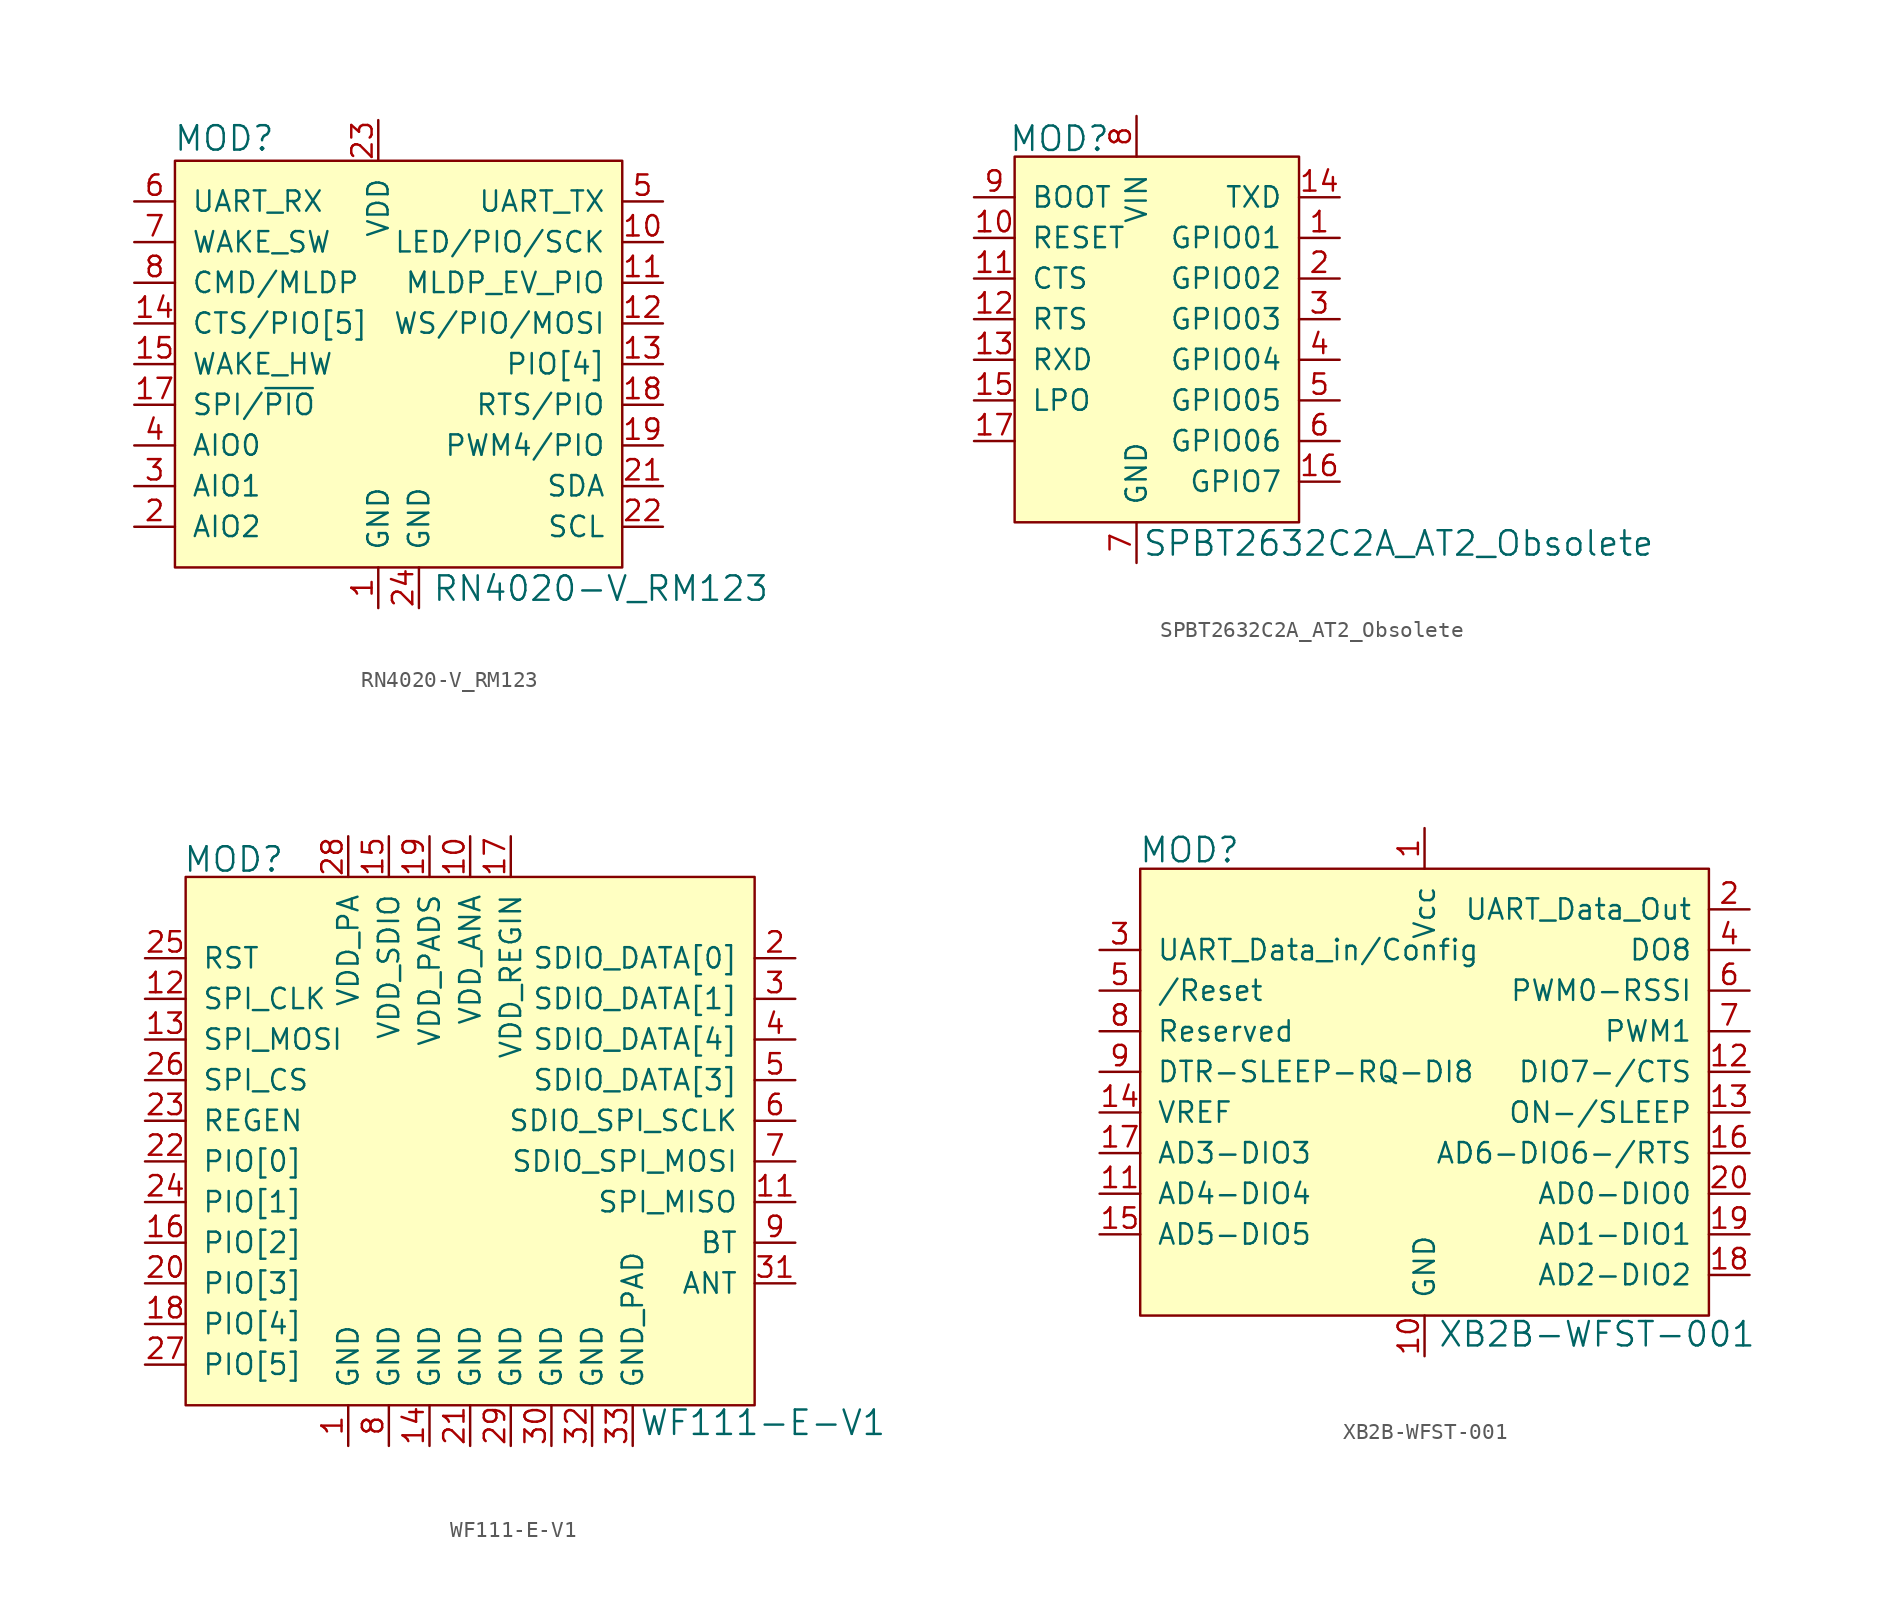
<source format=kicad_sym>
(kicad_symbol_lib
  (version 20201005)
  (generator kicad_symbol_editor)
  (symbol "RN4020-V_RM123"
    (pin_names
      (offset 1.016))
    (property "Reference" "MOD"
      (at -12.802 14.097 0)
      (effects (font (size 1.524 1.524)) (justify left)))
    (property "Value" "RN4020-V_RM123"
      (at 3.353 -14.021 0)
      (effects (font (size 1.524 1.524)) (justify left)))
    (symbol "RN4020-V_RM123_0_1"
      (rectangle (start -12.7 12.7) (end 15.24 -12.7) (stroke (width 0)) (fill (type background))))
    (symbol "RN4020-V_RM123_1_1"
      (pin power_in line (at 0 -15.24 90) (length 2.54) (name "GND" (effects (font (size 1.27 1.27)))) (number "1" (effects (font (size 1.27 1.27)))))
      (pin bidirectional line (at -15.24 -10.16 0) (length 2.54) (name "AIO2" (effects (font (size 1.27 1.27)))) (number "2" (effects (font (size 1.27 1.27)))))
      (pin bidirectional line (at -15.24 -7.62 0) (length 2.54) (name "AIO1" (effects (font (size 1.27 1.27)))) (number "3" (effects (font (size 1.27 1.27)))))
      (pin bidirectional line (at -15.24 -5.08 0) (length 2.54) (name "AIO0" (effects (font (size 1.27 1.27)))) (number "4" (effects (font (size 1.27 1.27)))))
      (pin output line (at 17.78 10.16 180) (length 2.54) (name "UART_TX" (effects (font (size 1.27 1.27)))) (number "5" (effects (font (size 1.27 1.27)))))
      (pin input line (at -15.24 10.16 0) (length 2.54) (name "UART_RX" (effects (font (size 1.27 1.27)))) (number "6" (effects (font (size 1.27 1.27)))))
      (pin input line (at -15.24 7.62 0) (length 2.54) (name "WAKE_SW" (effects (font (size 1.27 1.27)))) (number "7" (effects (font (size 1.27 1.27)))))
      (pin input line (at -15.24 5.08 0) (length 2.54) (name "CMD/MLDP" (effects (font (size 1.27 1.27)))) (number "8" (effects (font (size 1.27 1.27)))))
      (pin output line (at 17.78 7.62 180) (length 2.54) (name "LED/PIO/SCK" (effects (font (size 1.27 1.27)))) (number "10" (effects (font (size 1.27 1.27)))))
      (pin no_connect line (at -2.54 -12.7 90) (length 2.54) hide (name "RSVD" (effects (font (size 1.27 1.27)))) (number "20" (effects (font (size 1.27 1.27)))))
      (pin output line (at 17.78 5.08 180) (length 2.54) (name "MLDP_EV_PIO" (effects (font (size 1.27 1.27)))) (number "11" (effects (font (size 1.27 1.27)))))
      (pin bidirectional line (at 17.78 -7.62 180) (length 2.54) (name "SDA" (effects (font (size 1.27 1.27)))) (number "21" (effects (font (size 1.27 1.27)))))
      (pin output line (at 17.78 2.54 180) (length 2.54) (name "WS/PIO/MOSI" (effects (font (size 1.27 1.27)))) (number "12" (effects (font (size 1.27 1.27)))))
      (pin bidirectional line (at 17.78 -10.16 180) (length 2.54) (name "SCL" (effects (font (size 1.27 1.27)))) (number "22" (effects (font (size 1.27 1.27)))))
      (pin bidirectional line (at 17.78 0 180) (length 2.54) (name "PIO[4]" (effects (font (size 1.27 1.27)))) (number "13" (effects (font (size 1.27 1.27)))))
      (pin power_in line (at 0 15.24 270) (length 2.54) (name "VDD" (effects (font (size 1.27 1.27)))) (number "23" (effects (font (size 1.27 1.27)))))
      (pin input line (at -15.24 2.54 0) (length 2.54) (name "CTS/PIO[5]" (effects (font (size 1.27 1.27)))) (number "14" (effects (font (size 1.27 1.27)))))
      (pin power_in line (at 2.54 -15.24 90) (length 2.54) (name "GND" (effects (font (size 1.27 1.27)))) (number "24" (effects (font (size 1.27 1.27)))))
      (pin input line (at -15.24 0 0) (length 2.54) (name "WAKE_HW" (effects (font (size 1.27 1.27)))) (number "15" (effects (font (size 1.27 1.27)))))
      (pin input line (at -15.24 -2.54 0) (length 2.54) (name "SPI/~PIO" (effects (font (size 1.27 1.27)))) (number "17" (effects (font (size 1.27 1.27)))))
      (pin output line (at 17.78 -2.54 180) (length 2.54) (name "RTS/PIO" (effects (font (size 1.27 1.27)))) (number "18" (effects (font (size 1.27 1.27)))))
      (pin bidirectional line (at 17.78 -5.08 180) (length 2.54) (name "PWM4/PIO" (effects (font (size 1.27 1.27)))) (number "19" (effects (font (size 1.27 1.27)))))))
  (symbol "SPBT2632C2A_AT2_Obsolete"
    (pin_names
      (offset 1.016))
    (property "Reference" "MOD"
      (at -8.001 13.818 0)
      (effects (font (size 1.524 1.524)) (justify left)))
    (property "Value" "SPBT2632C2A_AT2_Obsolete"
      (at 0.356 -11.481 0)
      (effects (font (size 1.524 1.524)) (justify left)))
    (symbol "SPBT2632C2A_AT2_Obsolete_0_1"
      (rectangle (start -7.62 12.7) (end 10.16 -10.16) (stroke (width 0)) (fill (type background))))
    (symbol "SPBT2632C2A_AT2_Obsolete_1_1"
      (pin bidirectional line (at 12.7 7.62 180) (length 2.54) (name "GPIO01" (effects (font (size 1.27 1.27)))) (number "1" (effects (font (size 1.27 1.27)))))
      (pin bidirectional line (at 12.7 5.08 180) (length 2.54) (name "GPIO02" (effects (font (size 1.27 1.27)))) (number "2" (effects (font (size 1.27 1.27)))))
      (pin bidirectional line (at 12.7 2.54 180) (length 2.54) (name "GPIO03" (effects (font (size 1.27 1.27)))) (number "3" (effects (font (size 1.27 1.27)))))
      (pin bidirectional line (at 12.7 0 180) (length 2.54) (name "GPIO04" (effects (font (size 1.27 1.27)))) (number "4" (effects (font (size 1.27 1.27)))))
      (pin bidirectional line (at 12.7 -2.54 180) (length 2.54) (name "GPIO05" (effects (font (size 1.27 1.27)))) (number "5" (effects (font (size 1.27 1.27)))))
      (pin bidirectional line (at 12.7 -5.08 180) (length 2.54) (name "GPIO06" (effects (font (size 1.27 1.27)))) (number "6" (effects (font (size 1.27 1.27)))))
      (pin power_in line (at 0 -12.7 90) (length 2.54) (name "GND" (effects (font (size 1.27 1.27)))) (number "7" (effects (font (size 1.27 1.27)))))
      (pin power_in line (at 0 15.24 270) (length 2.54) (name "VIN" (effects (font (size 1.27 1.27)))) (number "8" (effects (font (size 1.27 1.27)))))
      (pin input line (at -10.16 10.16 0) (length 2.54) (name "BOOT" (effects (font (size 1.27 1.27)))) (number "9" (effects (font (size 1.27 1.27)))))
      (pin input line (at -10.16 7.62 0) (length 2.54) (name "RESET" (effects (font (size 1.27 1.27)))) (number "10" (effects (font (size 1.27 1.27)))))
      (pin input line (at -10.16 5.08 0) (length 2.54) (name "CTS" (effects (font (size 1.27 1.27)))) (number "11" (effects (font (size 1.27 1.27)))))
      (pin input line (at -10.16 2.54 0) (length 2.54) (name "RTS" (effects (font (size 1.27 1.27)))) (number "12" (effects (font (size 1.27 1.27)))))
      (pin input line (at -10.16 0 0) (length 2.54) (name "RXD" (effects (font (size 1.27 1.27)))) (number "13" (effects (font (size 1.27 1.27)))))
      (pin output line (at 12.7 10.16 180) (length 2.54) (name "TXD" (effects (font (size 1.27 1.27)))) (number "14" (effects (font (size 1.27 1.27)))))
      (pin bidirectional line (at -10.16 -2.54 0) (length 2.54) (name "LPO" (effects (font (size 1.27 1.27)))) (number "15" (effects (font (size 1.27 1.27)))))
      (pin bidirectional line (at 12.7 -7.62 180) (length 2.54) (name "GPIO7" (effects (font (size 1.27 1.27)))) (number "16" (effects (font (size 1.27 1.27)))))
      (pin unspecified line (at -10.16 -5.08 0) (length 2.54) (name "~" (effects (font (size 1.27 1.27)))) (number "17" (effects (font (size 1.27 1.27)))))))
  (symbol "WF111-E-V1"
    (pin_names
      (offset 1.016))
    (property "Reference" "MOD"
      (at -17.958 23.952 0)
      (effects (font (size 1.524 1.524)) (justify left)))
    (property "Value" "WF111-E-V1"
      (at 10.541 -11.252 0)
      (effects (font (size 1.524 1.524)) (justify left)))
    (symbol "WF111-E-V1_0_1"
      (rectangle (start -17.78 22.86) (end 17.78 -10.16) (stroke (width 0)) (fill (type background))))
    (symbol "WF111-E-V1_1_1"
      (pin power_in line (at -7.62 -12.7 90) (length 2.54) (name "GND" (effects (font (size 1.27 1.27)))) (number "1" (effects (font (size 1.27 1.27)))))
      (pin bidirectional line (at 20.32 17.78 180) (length 2.54) (name "SDIO_DATA[0]" (effects (font (size 1.27 1.27)))) (number "2" (effects (font (size 1.27 1.27)))))
      (pin bidirectional line (at 20.32 15.24 180) (length 2.54) (name "SDIO_DATA[1]" (effects (font (size 1.27 1.27)))) (number "3" (effects (font (size 1.27 1.27)))))
      (pin bidirectional line (at 20.32 12.7 180) (length 2.54) (name "SDIO_DATA[4]" (effects (font (size 1.27 1.27)))) (number "4" (effects (font (size 1.27 1.27)))))
      (pin bidirectional line (at 20.32 10.16 180) (length 2.54) (name "SDIO_DATA[3]" (effects (font (size 1.27 1.27)))) (number "5" (effects (font (size 1.27 1.27)))))
      (pin input line (at 20.32 7.62 180) (length 2.54) (name "SDIO_SPI_SCLK" (effects (font (size 1.27 1.27)))) (number "6" (effects (font (size 1.27 1.27)))))
      (pin input line (at 20.32 5.08 180) (length 2.54) (name "SDIO_SPI_MOSI" (effects (font (size 1.27 1.27)))) (number "7" (effects (font (size 1.27 1.27)))))
      (pin power_in line (at -5.08 -12.7 90) (length 2.54) (name "GND" (effects (font (size 1.27 1.27)))) (number "8" (effects (font (size 1.27 1.27)))))
      (pin input line (at 20.32 0 180) (length 2.54) (name "BT" (effects (font (size 1.27 1.27)))) (number "9" (effects (font (size 1.27 1.27)))))
      (pin power_in line (at 0 25.4 270) (length 2.54) (name "VDD_ANA" (effects (font (size 1.27 1.27)))) (number "10" (effects (font (size 1.27 1.27)))))
      (pin bidirectional line (at -20.32 -2.54 0) (length 2.54) (name "PIO[3]" (effects (font (size 1.27 1.27)))) (number "20" (effects (font (size 1.27 1.27)))))
      (pin power_in line (at 5.08 -12.7 90) (length 2.54) (name "GND" (effects (font (size 1.27 1.27)))) (number "30" (effects (font (size 1.27 1.27)))))
      (pin tri_state line (at 20.32 2.54 180) (length 2.54) (name "SPI_MISO" (effects (font (size 1.27 1.27)))) (number "11" (effects (font (size 1.27 1.27)))))
      (pin power_in line (at 0 -12.7 90) (length 2.54) (name "GND" (effects (font (size 1.27 1.27)))) (number "21" (effects (font (size 1.27 1.27)))))
      (pin output line (at 20.32 -2.54 180) (length 2.54) (name "ANT" (effects (font (size 1.27 1.27)))) (number "31" (effects (font (size 1.27 1.27)))))
      (pin input line (at -20.32 15.24 0) (length 2.54) (name "SPI_CLK" (effects (font (size 1.27 1.27)))) (number "12" (effects (font (size 1.27 1.27)))))
      (pin bidirectional line (at -20.32 5.08 0) (length 2.54) (name "PIO[0]" (effects (font (size 1.27 1.27)))) (number "22" (effects (font (size 1.27 1.27)))))
      (pin power_in line (at 7.62 -12.7 90) (length 2.54) (name "GND" (effects (font (size 1.27 1.27)))) (number "32" (effects (font (size 1.27 1.27)))))
      (pin input line (at -20.32 12.7 0) (length 2.54) (name "SPI_MOSI" (effects (font (size 1.27 1.27)))) (number "13" (effects (font (size 1.27 1.27)))))
      (pin input line (at -20.32 7.62 0) (length 2.54) (name "REGEN" (effects (font (size 1.27 1.27)))) (number "23" (effects (font (size 1.27 1.27)))))
      (pin power_in line (at 10.16 -12.7 90) (length 2.54) (name "GND_PAD" (effects (font (size 1.27 1.27)))) (number "33" (effects (font (size 1.27 1.27)))))
      (pin power_in line (at -2.54 -12.7 90) (length 2.54) (name "GND" (effects (font (size 1.27 1.27)))) (number "14" (effects (font (size 1.27 1.27)))))
      (pin bidirectional line (at -20.32 2.54 0) (length 2.54) (name "PIO[1]" (effects (font (size 1.27 1.27)))) (number "24" (effects (font (size 1.27 1.27)))))
      (pin power_in line (at -5.08 25.4 270) (length 2.54) (name "VDD_SDIO" (effects (font (size 1.27 1.27)))) (number "15" (effects (font (size 1.27 1.27)))))
      (pin input line (at -20.32 17.78 0) (length 2.54) (name "RST" (effects (font (size 1.27 1.27)))) (number "25" (effects (font (size 1.27 1.27)))))
      (pin bidirectional line (at -20.32 0 0) (length 2.54) (name "PIO[2]" (effects (font (size 1.27 1.27)))) (number "16" (effects (font (size 1.27 1.27)))))
      (pin input line (at -20.32 10.16 0) (length 2.54) (name "SPI_CS" (effects (font (size 1.27 1.27)))) (number "26" (effects (font (size 1.27 1.27)))))
      (pin power_in line (at 2.54 25.4 270) (length 2.54) (name "VDD_REGIN" (effects (font (size 1.27 1.27)))) (number "17" (effects (font (size 1.27 1.27)))))
      (pin bidirectional line (at -20.32 -7.62 0) (length 2.54) (name "PIO[5]" (effects (font (size 1.27 1.27)))) (number "27" (effects (font (size 1.27 1.27)))))
      (pin bidirectional line (at -20.32 -5.08 0) (length 2.54) (name "PIO[4]" (effects (font (size 1.27 1.27)))) (number "18" (effects (font (size 1.27 1.27)))))
      (pin power_in line (at -7.62 25.4 270) (length 2.54) (name "VDD_PA" (effects (font (size 1.27 1.27)))) (number "28" (effects (font (size 1.27 1.27)))))
      (pin power_in line (at -2.54 25.4 270) (length 2.54) (name "VDD_PADS" (effects (font (size 1.27 1.27)))) (number "19" (effects (font (size 1.27 1.27)))))
      (pin power_in line (at 2.54 -12.7 90) (length 2.54) (name "GND" (effects (font (size 1.27 1.27)))) (number "29" (effects (font (size 1.27 1.27)))))))
  (symbol "XB2B-WFST-001"
    (pin_names
      (offset 1.016))
    (property "Reference" "MOD"
      (at -17.882 18.948 0)
      (effects (font (size 1.524 1.524)) (justify left)))
    (property "Value" "XB2B-WFST-001"
      (at 0.813 -11.328 0)
      (effects (font (size 1.524 1.524)) (justify left)))
    (symbol "XB2B-WFST-001_0_1"
      (rectangle (start -17.78 17.78) (end 17.78 -10.16) (stroke (width 0)) (fill (type background))))
    (symbol "XB2B-WFST-001_1_1"
      (pin power_in line (at 0 20.32 270) (length 2.54) (name "Vcc" (effects (font (size 1.27 1.27)))) (number "1" (effects (font (size 1.27 1.27)))))
      (pin output line (at 20.32 15.24 180) (length 2.54) (name "UART_Data_Out" (effects (font (size 1.27 1.27)))) (number "2" (effects (font (size 1.27 1.27)))))
      (pin input line (at -20.32 12.7 0) (length 2.54) (name "UART_Data_in/Config" (effects (font (size 1.27 1.27)))) (number "3" (effects (font (size 1.27 1.27)))))
      (pin output line (at 20.32 12.7 180) (length 2.54) (name "DO8" (effects (font (size 1.27 1.27)))) (number "4" (effects (font (size 1.27 1.27)))))
      (pin input line (at -20.32 10.16 0) (length 2.54) (name "/Reset" (effects (font (size 1.27 1.27)))) (number "5" (effects (font (size 1.27 1.27)))))
      (pin output line (at 20.32 10.16 180) (length 2.54) (name "PWM0-RSSI" (effects (font (size 1.27 1.27)))) (number "6" (effects (font (size 1.27 1.27)))))
      (pin output line (at 20.32 7.62 180) (length 2.54) (name "PWM1" (effects (font (size 1.27 1.27)))) (number "7" (effects (font (size 1.27 1.27)))))
      (pin bidirectional line (at -20.32 7.62 0) (length 2.54) (name "Reserved" (effects (font (size 1.27 1.27)))) (number "8" (effects (font (size 1.27 1.27)))))
      (pin input line (at -20.32 5.08 0) (length 2.54) (name "DTR-SLEEP-RQ-DI8" (effects (font (size 1.27 1.27)))) (number "9" (effects (font (size 1.27 1.27)))))
      (pin power_in line (at 0 -12.7 90) (length 2.54) (name "GND" (effects (font (size 1.27 1.27)))) (number "10" (effects (font (size 1.27 1.27)))))
      (pin bidirectional line (at 20.32 -2.54 180) (length 2.54) (name "AD0-DIO0" (effects (font (size 1.27 1.27)))) (number "20" (effects (font (size 1.27 1.27)))))
      (pin bidirectional line (at -20.32 -2.54 0) (length 2.54) (name "AD4-DIO4" (effects (font (size 1.27 1.27)))) (number "11" (effects (font (size 1.27 1.27)))))
      (pin bidirectional line (at 20.32 5.08 180) (length 2.54) (name "DIO7-/CTS" (effects (font (size 1.27 1.27)))) (number "12" (effects (font (size 1.27 1.27)))))
      (pin output line (at 20.32 2.54 180) (length 2.54) (name "ON-/SLEEP" (effects (font (size 1.27 1.27)))) (number "13" (effects (font (size 1.27 1.27)))))
      (pin input line (at -20.32 2.54 0) (length 2.54) (name "VREF" (effects (font (size 1.27 1.27)))) (number "14" (effects (font (size 1.27 1.27)))))
      (pin bidirectional line (at -20.32 -5.08 0) (length 2.54) (name "AD5-DIO5" (effects (font (size 1.27 1.27)))) (number "15" (effects (font (size 1.27 1.27)))))
      (pin bidirectional line (at 20.32 0 180) (length 2.54) (name "AD6-DIO6-/RTS" (effects (font (size 1.27 1.27)))) (number "16" (effects (font (size 1.27 1.27)))))
      (pin bidirectional line (at -20.32 0 0) (length 2.54) (name "AD3-DIO3" (effects (font (size 1.27 1.27)))) (number "17" (effects (font (size 1.27 1.27)))))
      (pin bidirectional line (at 20.32 -7.62 180) (length 2.54) (name "AD2-DIO2" (effects (font (size 1.27 1.27)))) (number "18" (effects (font (size 1.27 1.27)))))
      (pin bidirectional line (at 20.32 -5.08 180) (length 2.54) (name "AD1-DIO1" (effects (font (size 1.27 1.27)))) (number "19" (effects (font (size 1.27 1.27))))))))
</source>
